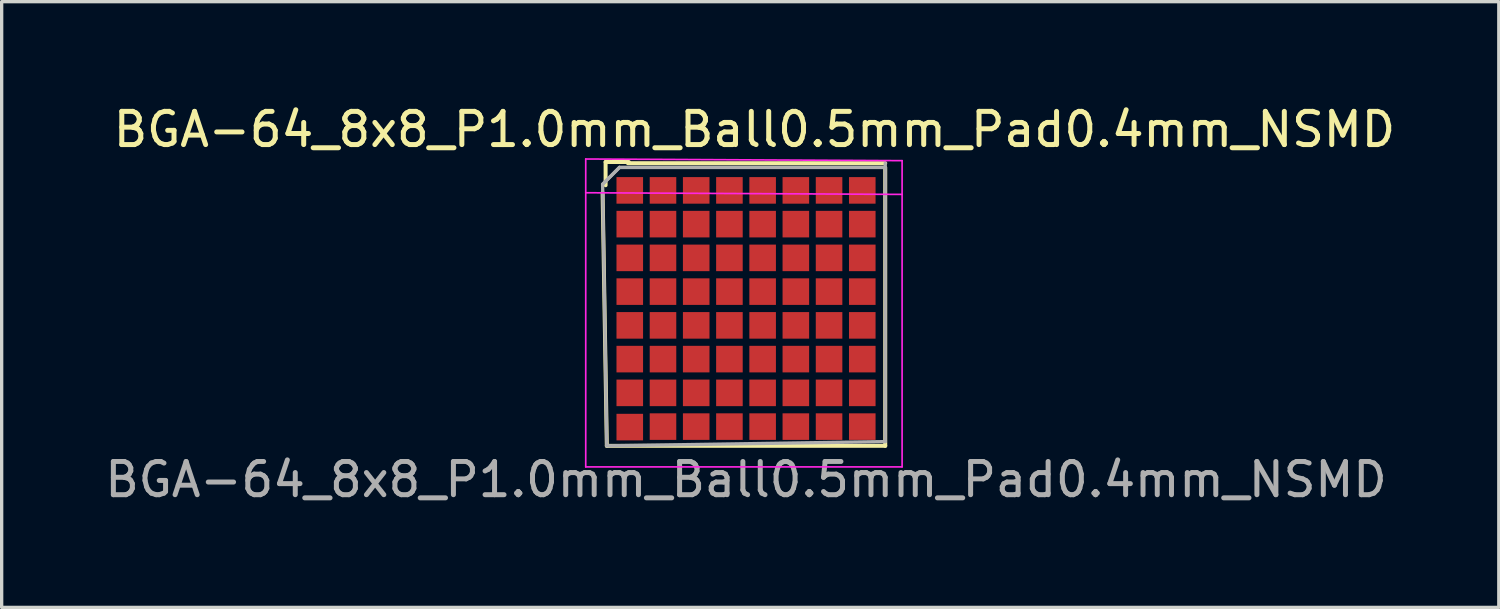
<source format=kicad_pcb>
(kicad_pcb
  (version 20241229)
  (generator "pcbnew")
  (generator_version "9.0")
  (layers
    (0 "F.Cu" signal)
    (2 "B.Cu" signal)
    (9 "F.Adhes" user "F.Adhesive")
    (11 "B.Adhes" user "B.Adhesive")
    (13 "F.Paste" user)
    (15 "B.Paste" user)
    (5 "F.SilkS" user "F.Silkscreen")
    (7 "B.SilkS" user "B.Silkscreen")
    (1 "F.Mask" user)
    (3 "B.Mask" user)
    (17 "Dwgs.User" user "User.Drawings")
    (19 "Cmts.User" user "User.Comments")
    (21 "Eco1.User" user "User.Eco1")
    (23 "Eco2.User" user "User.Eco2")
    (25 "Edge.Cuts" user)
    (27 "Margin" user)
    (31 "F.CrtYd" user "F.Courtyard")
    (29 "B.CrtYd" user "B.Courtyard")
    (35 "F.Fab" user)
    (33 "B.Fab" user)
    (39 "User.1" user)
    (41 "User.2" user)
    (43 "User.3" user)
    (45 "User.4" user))
  (footprint "BGA-64_8x8_P1.0mm_Ball0.5mm_Pad0.4mm_NSMD"
    (layer "F.Cu")
    (at 19.411 6.309)
    (property "Reference" "BGA-64_8x8_P1.0mm_Ball0.5mm_Pad0.4mm_NSMD" (at 0.254 -5.461 0) (layer "F.SilkS") (effects (font (size 1 1) (thickness 0.15))))
    (attr smd)
    (fp_line (start -4.318 -3.556) (end -4.191 4.064) (stroke (width 0.12) (type solid)) (layer "F.SilkS"))
    (fp_line (start -4.228 -4.482) (end -4.228 -3.782) (stroke (width 0.12) (type solid)) (layer "F.SilkS"))
    (fp_line (start -4.191 4.064) (end 4.191 4.064) (stroke (width 0.12) (type solid)) (layer "F.SilkS"))
    (fp_line (start -3.528 -4.482) (end -4.228 -4.482) (stroke (width 0.12) (type solid)) (layer "F.SilkS"))
    (fp_line (start 4.191 -4.445) (end -3.556 -4.445) (stroke (width 0.12) (type solid)) (layer "F.SilkS"))
    (fp_line (start 4.191 4.064) (end 4.191 -4.318) (stroke (width 0.12) (type solid)) (layer "F.SilkS"))
    (fp_line (start -4.826 -4.572) (end -4.826 4.699) (stroke (width 0.05) (type solid)) (layer "F.CrtYd"))
    (fp_line (start -4.826 -4.572) (end 4.699 -4.522) (stroke (width 0.05) (type solid)) (layer "F.CrtYd"))
    (fp_line (start -4.826 -3.556) (end 4.699 -3.506) (stroke (width 0.05) (type solid)) (layer "F.CrtYd"))
    (fp_line (start 4.699 4.699) (end -4.826 4.699) (stroke (width 0.05) (type solid)) (layer "F.CrtYd"))
    (fp_line (start 4.699 4.699) (end 4.699 -4.522) (stroke (width 0.05) (type solid)) (layer "F.CrtYd"))
    (fp_line (start -4.318 -3.81) (end -4.191 4.064) (stroke (width 0.1) (type solid)) (layer "F.Fab"))
    (fp_line (start -4.191 4.064) (end 4.191 3.937) (stroke (width 0.1) (type solid)) (layer "F.Fab"))
    (fp_line (start -3.81 -4.318) (end -4.31 -3.818) (stroke (width 0.1) (type solid)) (layer "F.Fab"))
    (fp_line (start -3.81 -4.318) (end -4.31 -3.818) (stroke (width 0.1) (type solid)) (layer "F.Fab"))
    (fp_line (start 4.191 -4.318) (end -3.81 -4.318) (stroke (width 0.1) (type solid)) (layer "F.Fab"))
    (fp_line (start 4.191 -4.318) (end -3.81 -4.318) (stroke (width 0.1) (type solid)) (layer "F.Fab"))
    (fp_line (start 4.191 3.937) (end 4.191 -4.445) (stroke (width 0.1) (type solid)) (layer "F.Fab"))
    (fp_text user "${REFERENCE}" (at 0 5.08 0) (layer "F.Fab") (effects (font (size 1 1) (thickness 0.15))))
    (pad "A1" smd rect (at -3.5 -3.627) (size 0.8 0.8) (layers "F.Cu" "F.Mask" "F.Paste"))
    (pad "A2" smd rect (at -2.5 -3.627) (size 0.8 0.8) (layers "F.Cu" "F.Mask" "F.Paste"))
    (pad "A3" smd rect (at -1.5 -3.627) (size 0.8 0.8) (layers "F.Cu" "F.Mask" "F.Paste"))
    (pad "A4" smd rect (at -0.5 -3.627) (size 0.8 0.8) (layers "F.Cu" "F.Mask" "F.Paste"))
    (pad "A5" smd rect (at 0.5 -3.627) (size 0.8 0.8) (layers "F.Cu" "F.Mask" "F.Paste"))
    (pad "A6" smd rect (at 1.5 -3.627) (size 0.8 0.8) (layers "F.Cu" "F.Mask" "F.Paste"))
    (pad "A7" smd rect (at 2.5 -3.627) (size 0.8 0.8) (layers "F.Cu" "F.Mask" "F.Paste"))
    (pad "A8" smd rect (at 3.5 -3.627) (size 0.8 0.8) (layers "F.Cu" "F.Mask" "F.Paste"))
    (pad "B1" smd rect (at -3.5 -2.611) (size 0.8 0.8) (layers "F.Cu" "F.Mask" "F.Paste"))
    (pad "B2" smd rect (at -2.5 -2.611) (size 0.8 0.8) (layers "F.Cu" "F.Mask" "F.Paste"))
    (pad "B3" smd rect (at -1.5 -2.611) (size 0.8 0.8) (layers "F.Cu" "F.Mask" "F.Paste"))
    (pad "B4" smd rect (at -0.5 -2.611) (size 0.8 0.8) (layers "F.Cu" "F.Mask" "F.Paste"))
    (pad "B5" smd rect (at 0.5 -2.611) (size 0.8 0.8) (layers "F.Cu" "F.Mask" "F.Paste"))
    (pad "B6" smd rect (at 1.5 -2.611) (size 0.8 0.8) (layers "F.Cu" "F.Mask" "F.Paste"))
    (pad "B7" smd rect (at 2.5 -2.611) (size 0.8 0.8) (layers "F.Cu" "F.Mask" "F.Paste"))
    (pad "B8" smd rect (at 3.5 -2.611) (size 0.8 0.8) (layers "F.Cu" "F.Mask" "F.Paste"))
    (pad "C1" smd rect (at -3.5 -1.595) (size 0.8 0.8) (layers "F.Cu" "F.Mask" "F.Paste"))
    (pad "C2" smd rect (at -2.5 -1.595) (size 0.8 0.8) (layers "F.Cu" "F.Mask" "F.Paste"))
    (pad "C3" smd rect (at -1.5 -1.595) (size 0.8 0.8) (layers "F.Cu" "F.Mask" "F.Paste"))
    (pad "C4" smd rect (at -0.5 -1.595) (size 0.8 0.8) (layers "F.Cu" "F.Mask" "F.Paste"))
    (pad "C5" smd rect (at 0.5 -1.595) (size 0.8 0.8) (layers "F.Cu" "F.Mask" "F.Paste"))
    (pad "C6" smd rect (at 1.5 -1.595) (size 0.8 0.8) (layers "F.Cu" "F.Mask" "F.Paste"))
    (pad "C7" smd rect (at 2.5 -1.595) (size 0.8 0.8) (layers "F.Cu" "F.Mask" "F.Paste"))
    (pad "C8" smd rect (at 3.5 -1.595) (size 0.8 0.8) (layers "F.Cu" "F.Mask" "F.Paste"))
    (pad "D1" smd rect (at -3.5 -0.579) (size 0.8 0.8) (layers "F.Cu" "F.Mask" "F.Paste"))
    (pad "D2" smd rect (at -2.5 -0.579) (size 0.8 0.8) (layers "F.Cu" "F.Mask" "F.Paste"))
    (pad "D3" smd rect (at -1.5 -0.579) (size 0.8 0.8) (layers "F.Cu" "F.Mask" "F.Paste"))
    (pad "D4" smd rect (at -0.5 -0.579) (size 0.8 0.8) (layers "F.Cu" "F.Mask" "F.Paste"))
    (pad "D5" smd rect (at 0.5 -0.579) (size 0.8 0.8) (layers "F.Cu" "F.Mask" "F.Paste"))
    (pad "D6" smd rect (at 1.5 -0.579) (size 0.8 0.8) (layers "F.Cu" "F.Mask" "F.Paste"))
    (pad "D7" smd rect (at 2.5 -0.579) (size 0.8 0.8) (layers "F.Cu" "F.Mask" "F.Paste"))
    (pad "D8" smd rect (at 3.5 -0.579) (size 0.8 0.8) (layers "F.Cu" "F.Mask" "F.Paste"))
    (pad "E1" smd rect (at -3.5 0.437) (size 0.8 0.8) (layers "F.Cu" "F.Mask" "F.Paste"))
    (pad "E2" smd rect (at -2.5 0.437) (size 0.8 0.8) (layers "F.Cu" "F.Mask" "F.Paste"))
    (pad "E3" smd rect (at -1.5 0.437) (size 0.8 0.8) (layers "F.Cu" "F.Mask" "F.Paste"))
    (pad "E4" smd rect (at -0.5 0.437) (size 0.8 0.8) (layers "F.Cu" "F.Mask" "F.Paste"))
    (pad "E5" smd rect (at 0.5 0.437) (size 0.8 0.8) (layers "F.Cu" "F.Mask" "F.Paste"))
    (pad "E6" smd rect (at 1.5 0.437) (size 0.8 0.8) (layers "F.Cu" "F.Mask" "F.Paste"))
    (pad "E7" smd rect (at 2.5 0.437) (size 0.8 0.8) (layers "F.Cu" "F.Mask" "F.Paste"))
    (pad "E8" smd rect (at 3.5 0.437) (size 0.8 0.8) (layers "F.Cu" "F.Mask" "F.Paste"))
    (pad "F1" smd rect (at -3.5 1.453) (size 0.8 0.8) (layers "F.Cu" "F.Mask" "F.Paste"))
    (pad "F2" smd rect (at -2.5 1.453) (size 0.8 0.8) (layers "F.Cu" "F.Mask" "F.Paste"))
    (pad "F3" smd rect (at -1.5 1.453) (size 0.8 0.8) (layers "F.Cu" "F.Mask" "F.Paste"))
    (pad "F4" smd rect (at -0.5 1.453) (size 0.8 0.8) (layers "F.Cu" "F.Mask" "F.Paste"))
    (pad "F5" smd rect (at 0.5 1.453) (size 0.8 0.8) (layers "F.Cu" "F.Mask" "F.Paste"))
    (pad "F6" smd rect (at 1.5 1.453) (size 0.8 0.8) (layers "F.Cu" "F.Mask" "F.Paste"))
    (pad "F7" smd rect (at 2.5 1.453) (size 0.8 0.8) (layers "F.Cu" "F.Mask" "F.Paste"))
    (pad "F8" smd rect (at 3.5 1.453) (size 0.8 0.8) (layers "F.Cu" "F.Mask" "F.Paste"))
    (pad "G1" smd rect (at -3.5 2.469) (size 0.8 0.8) (layers "F.Cu" "F.Mask" "F.Paste"))
    (pad "G2" smd rect (at -2.5 2.469) (size 0.8 0.8) (layers "F.Cu" "F.Mask" "F.Paste"))
    (pad "G3" smd rect (at -1.5 2.469) (size 0.8 0.8) (layers "F.Cu" "F.Mask" "F.Paste"))
    (pad "G4" smd rect (at -0.5 2.469) (size 0.8 0.8) (layers "F.Cu" "F.Mask" "F.Paste"))
    (pad "G5" smd rect (at 0.5 2.469) (size 0.8 0.8) (layers "F.Cu" "F.Mask" "F.Paste"))
    (pad "G6" smd rect (at 1.5 2.469) (size 0.8 0.8) (layers "F.Cu" "F.Mask" "F.Paste"))
    (pad "G7" smd rect (at 2.5 2.469) (size 0.8 0.8) (layers "F.Cu" "F.Mask" "F.Paste"))
    (pad "G8" smd rect (at 3.5 2.469) (size 0.8 0.8) (layers "F.Cu" "F.Mask" "F.Paste"))
    (pad "H1" smd rect (at -3.5 3.5) (size 0.8 0.8) (layers "F.Cu" "F.Mask" "F.Paste"))
    (pad "H2" smd rect (at -2.5 3.485) (size 0.8 0.8) (layers "F.Cu" "F.Mask" "F.Paste"))
    (pad "H3" smd rect (at -1.5 3.485) (size 0.8 0.8) (layers "F.Cu" "F.Mask" "F.Paste"))
    (pad "H4" smd rect (at -0.5 3.485) (size 0.8 0.8) (layers "F.Cu" "F.Mask" "F.Paste"))
    (pad "H5" smd rect (at 0.5 3.485) (size 0.8 0.8) (layers "F.Cu" "F.Mask" "F.Paste"))
    (pad "H6" smd rect (at 1.5 3.485) (size 0.8 0.8) (layers "F.Cu" "F.Mask" "F.Paste"))
    (pad "H7" smd rect (at 2.5 3.485) (size 0.8 0.8) (layers "F.Cu" "F.Mask" "F.Paste"))
    (pad "H8" smd rect (at 3.5 3.485) (size 0.8 0.8) (layers "F.Cu" "F.Mask" "F.Paste")))
  (gr_rect
    (start -3 -3)
    (end 42.075 15.238)
    (stroke (width 0.1) (type default))
    (fill no)
    (layer "Edge.Cuts")))
</source>
